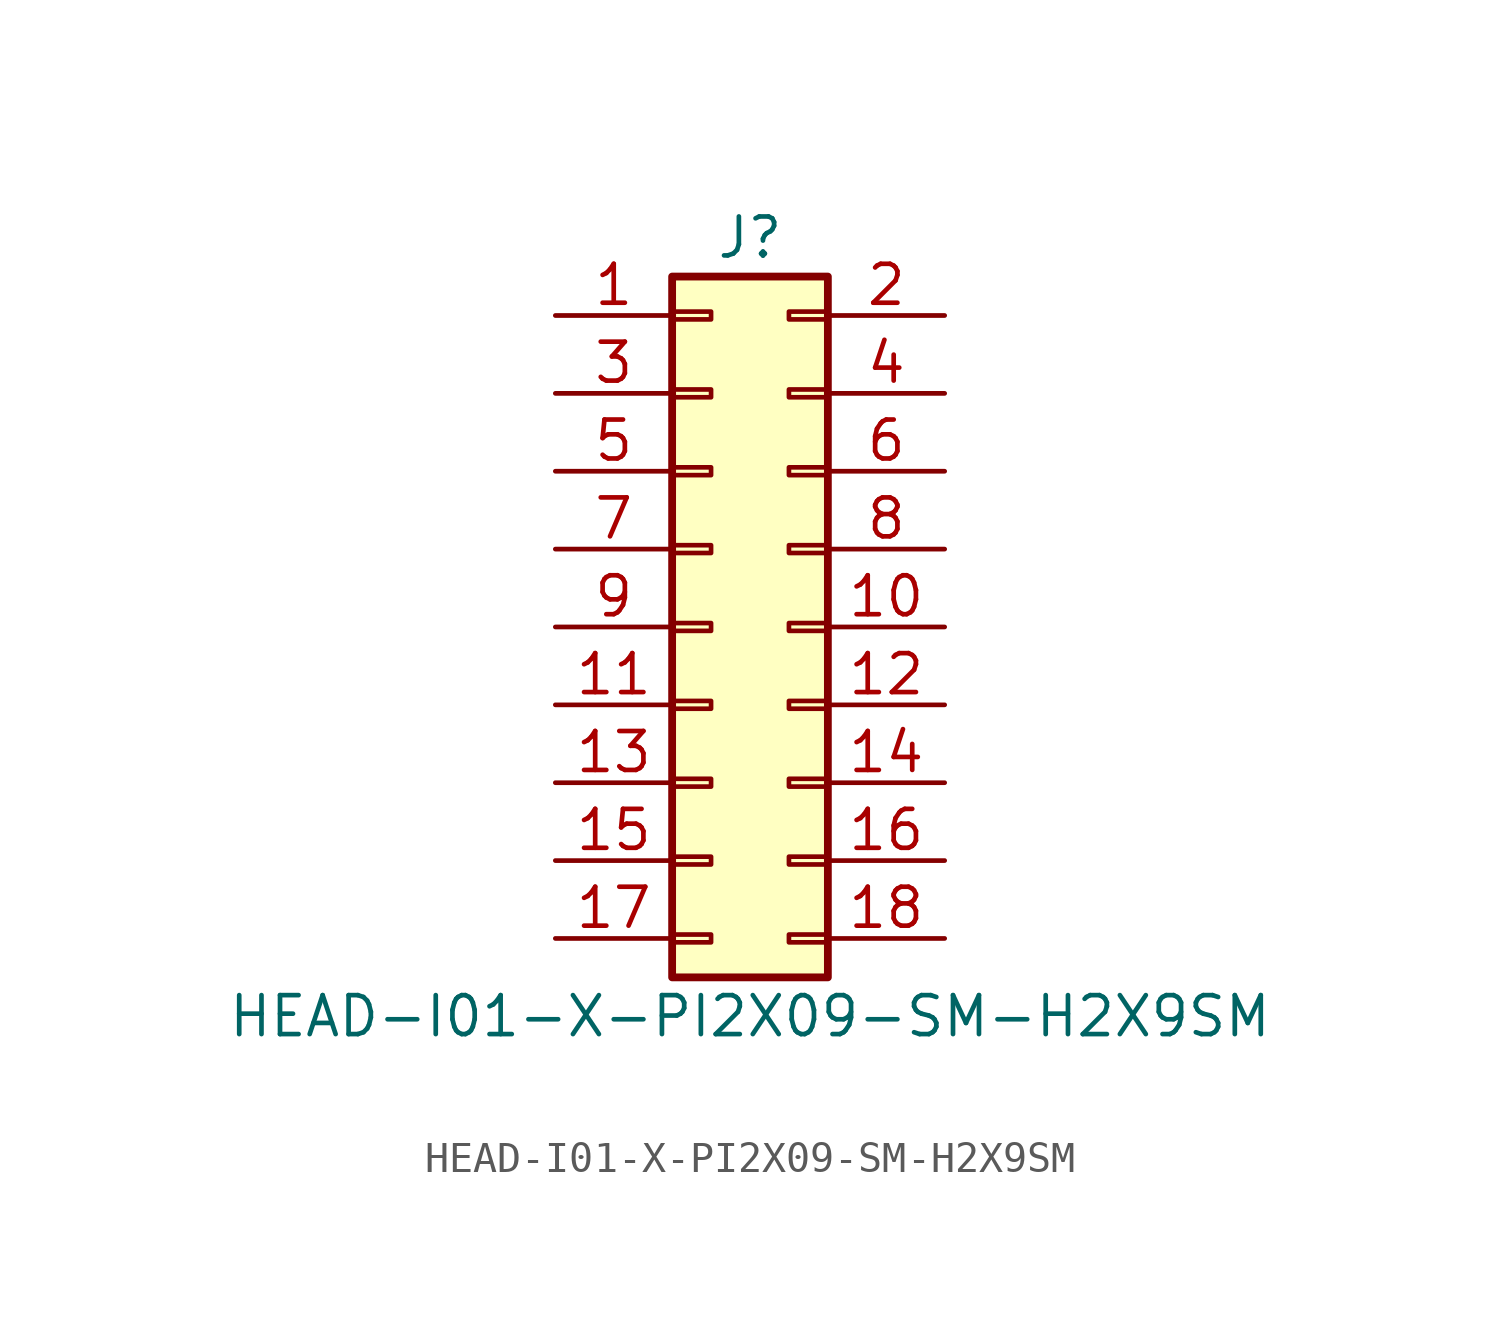
<source format=kicad_sym>
(kicad_symbol_lib
  (version 20211014)
  (generator kicad_symbol_editor)
  (symbol "HEAD-I01-X-PI2X09-SM-H2X9SM"
    (pin_names
      (offset 1.016) hide)
    (property "Reference" "J"
      (at 1.27 12.7 0)
      (effects (font (size 1.27 1.27))))
    (property "Value" "HEAD-I01-X-PI2X09-SM-H2X9SM"
      (at 1.27 -12.7 0)
      (effects (font (size 1.27 1.27))))
    (symbol "HEAD-I01-X-PI2X09-SM-H2X9SM_1_1"
      (rectangle (start -1.27 -10.033) (end 0 -10.287) (stroke (width 0.152) (type default) (color 0 0 0 0)) (fill (type none)))
      (rectangle (start -1.27 -7.493) (end 0 -7.747) (stroke (width 0.152) (type default) (color 0 0 0 0)) (fill (type none)))
      (rectangle (start -1.27 -4.953) (end 0 -5.207) (stroke (width 0.152) (type default) (color 0 0 0 0)) (fill (type none)))
      (rectangle (start -1.27 -2.413) (end 0 -2.667) (stroke (width 0.152) (type default) (color 0 0 0 0)) (fill (type none)))
      (rectangle (start -1.27 0.127) (end 0 -0.127) (stroke (width 0.152) (type default) (color 0 0 0 0)) (fill (type none)))
      (rectangle (start -1.27 2.667) (end 0 2.413) (stroke (width 0.152) (type default) (color 0 0 0 0)) (fill (type none)))
      (rectangle (start -1.27 5.207) (end 0 4.953) (stroke (width 0.152) (type default) (color 0 0 0 0)) (fill (type none)))
      (rectangle (start -1.27 7.747) (end 0 7.493) (stroke (width 0.152) (type default) (color 0 0 0 0)) (fill (type none)))
      (rectangle (start -1.27 10.287) (end 0 10.033) (stroke (width 0.152) (type default) (color 0 0 0 0)) (fill (type none)))
      (rectangle (start -1.27 11.43) (end 3.81 -11.43) (stroke (width 0.254) (type default) (color 0 0 0 0)) (fill (type background)))
      (rectangle (start 3.81 -10.033) (end 2.54 -10.287) (stroke (width 0.152) (type default) (color 0 0 0 0)) (fill (type none)))
      (rectangle (start 3.81 -7.493) (end 2.54 -7.747) (stroke (width 0.152) (type default) (color 0 0 0 0)) (fill (type none)))
      (rectangle (start 3.81 -4.953) (end 2.54 -5.207) (stroke (width 0.152) (type default) (color 0 0 0 0)) (fill (type none)))
      (rectangle (start 3.81 -2.413) (end 2.54 -2.667) (stroke (width 0.152) (type default) (color 0 0 0 0)) (fill (type none)))
      (rectangle (start 3.81 0.127) (end 2.54 -0.127) (stroke (width 0.152) (type default) (color 0 0 0 0)) (fill (type none)))
      (rectangle (start 3.81 2.667) (end 2.54 2.413) (stroke (width 0.152) (type default) (color 0 0 0 0)) (fill (type none)))
      (rectangle (start 3.81 5.207) (end 2.54 4.953) (stroke (width 0.152) (type default) (color 0 0 0 0)) (fill (type none)))
      (rectangle (start 3.81 7.747) (end 2.54 7.493) (stroke (width 0.152) (type default) (color 0 0 0 0)) (fill (type none)))
      (rectangle (start 3.81 10.287) (end 2.54 10.033) (stroke (width 0.152) (type default) (color 0 0 0 0)) (fill (type none)))
      (pin passive line (at -5.08 10.16 0) (length 3.81) (name "Pin_1" (effects (font (size 1.27 1.27)))) (number "1" (effects (font (size 1.27 1.27)))))
      (pin passive line (at 7.62 0 180) (length 3.81) (name "Pin_10" (effects (font (size 1.27 1.27)))) (number "10" (effects (font (size 1.27 1.27)))))
      (pin passive line (at -5.08 -2.54 0) (length 3.81) (name "Pin_11" (effects (font (size 1.27 1.27)))) (number "11" (effects (font (size 1.27 1.27)))))
      (pin passive line (at 7.62 -2.54 180) (length 3.81) (name "Pin_12" (effects (font (size 1.27 1.27)))) (number "12" (effects (font (size 1.27 1.27)))))
      (pin passive line (at -5.08 -5.08 0) (length 3.81) (name "Pin_13" (effects (font (size 1.27 1.27)))) (number "13" (effects (font (size 1.27 1.27)))))
      (pin passive line (at 7.62 -5.08 180) (length 3.81) (name "Pin_14" (effects (font (size 1.27 1.27)))) (number "14" (effects (font (size 1.27 1.27)))))
      (pin passive line (at -5.08 -7.62 0) (length 3.81) (name "Pin_15" (effects (font (size 1.27 1.27)))) (number "15" (effects (font (size 1.27 1.27)))))
      (pin passive line (at 7.62 -7.62 180) (length 3.81) (name "Pin_16" (effects (font (size 1.27 1.27)))) (number "16" (effects (font (size 1.27 1.27)))))
      (pin passive line (at -5.08 -10.16 0) (length 3.81) (name "Pin_17" (effects (font (size 1.27 1.27)))) (number "17" (effects (font (size 1.27 1.27)))))
      (pin passive line (at 7.62 -10.16 180) (length 3.81) (name "Pin_18" (effects (font (size 1.27 1.27)))) (number "18" (effects (font (size 1.27 1.27)))))
      (pin passive line (at 7.62 10.16 180) (length 3.81) (name "Pin_2" (effects (font (size 1.27 1.27)))) (number "2" (effects (font (size 1.27 1.27)))))
      (pin passive line (at -5.08 7.62 0) (length 3.81) (name "Pin_3" (effects (font (size 1.27 1.27)))) (number "3" (effects (font (size 1.27 1.27)))))
      (pin passive line (at 7.62 7.62 180) (length 3.81) (name "Pin_4" (effects (font (size 1.27 1.27)))) (number "4" (effects (font (size 1.27 1.27)))))
      (pin passive line (at -5.08 5.08 0) (length 3.81) (name "Pin_5" (effects (font (size 1.27 1.27)))) (number "5" (effects (font (size 1.27 1.27)))))
      (pin passive line (at 7.62 5.08 180) (length 3.81) (name "Pin_6" (effects (font (size 1.27 1.27)))) (number "6" (effects (font (size 1.27 1.27)))))
      (pin passive line (at -5.08 2.54 0) (length 3.81) (name "Pin_7" (effects (font (size 1.27 1.27)))) (number "7" (effects (font (size 1.27 1.27)))))
      (pin passive line (at 7.62 2.54 180) (length 3.81) (name "Pin_8" (effects (font (size 1.27 1.27)))) (number "8" (effects (font (size 1.27 1.27)))))
      (pin passive line (at -5.08 0 0) (length 3.81) (name "Pin_9" (effects (font (size 1.27 1.27)))) (number "9" (effects (font (size 1.27 1.27))))))))
</source>
